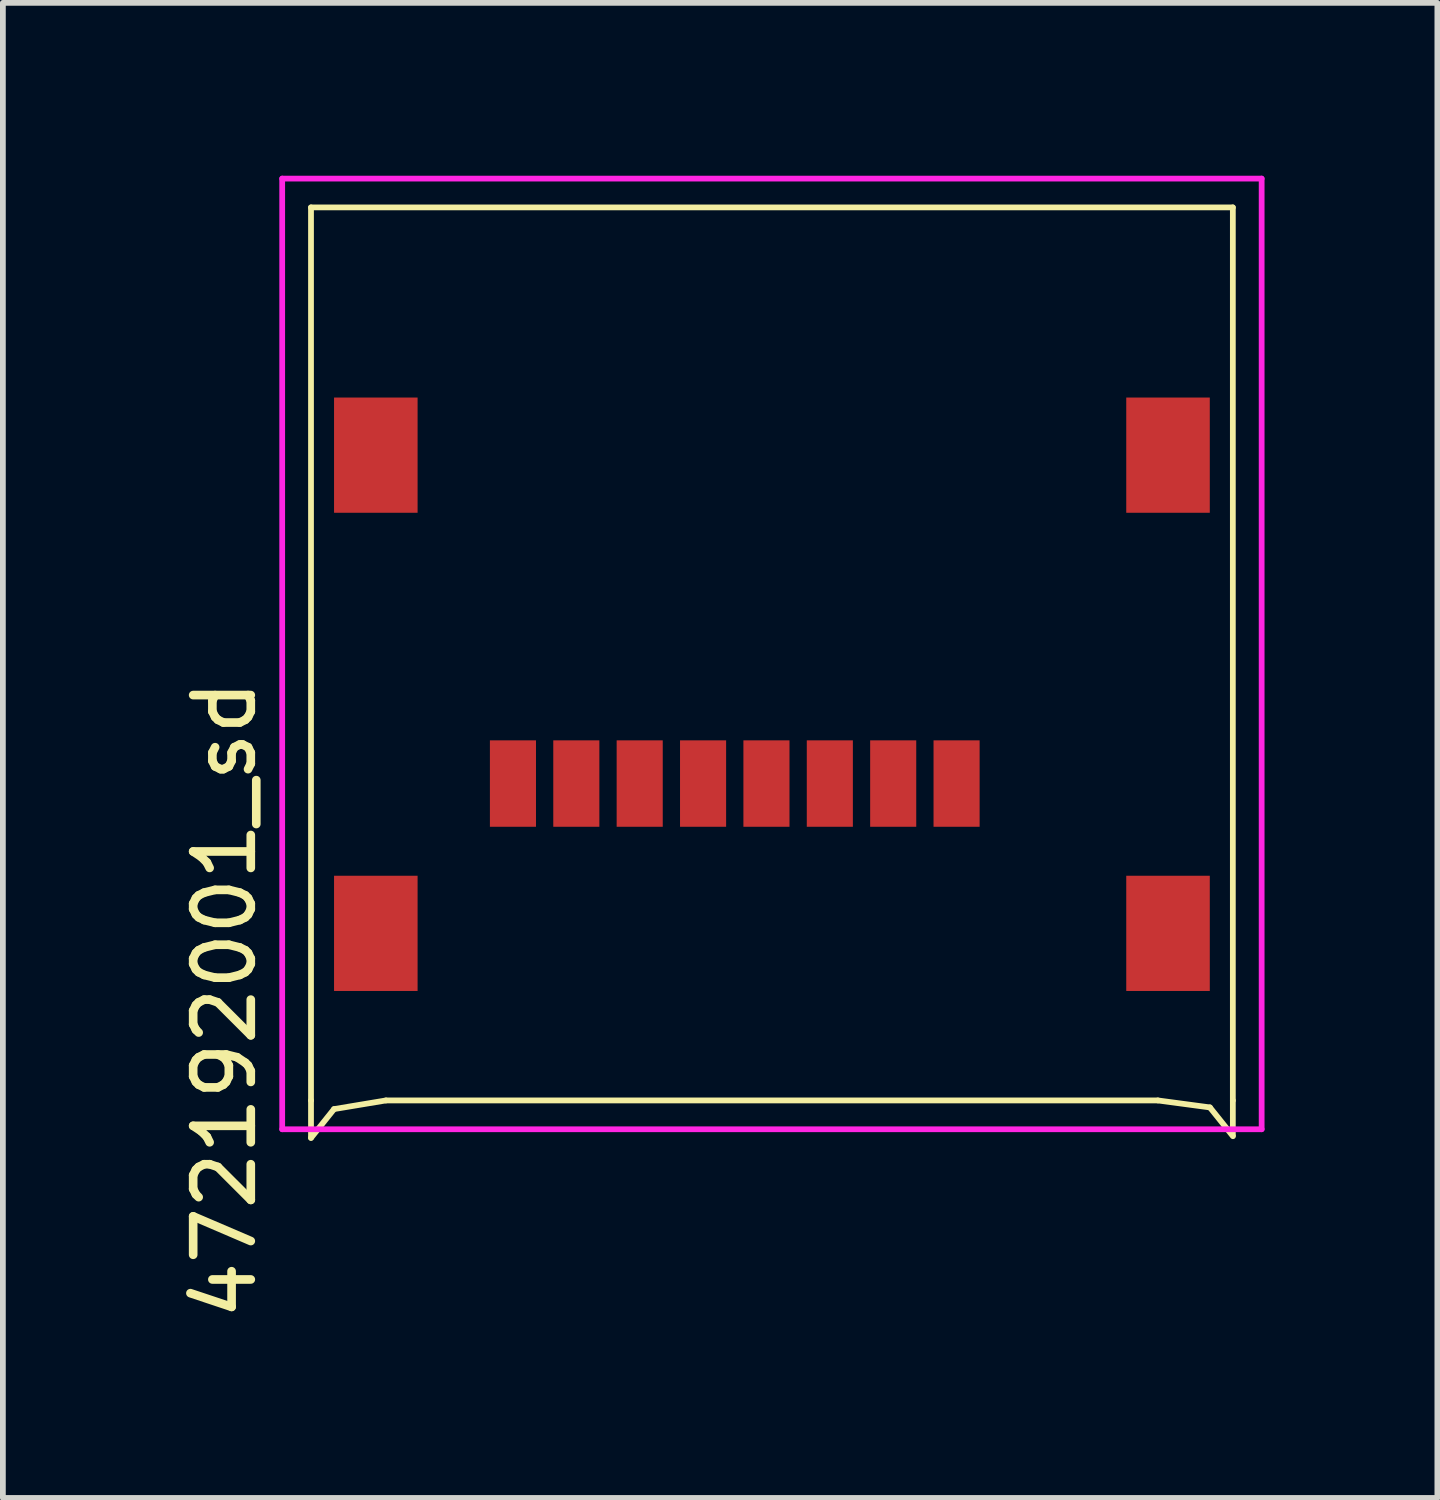
<source format=kicad_pcb>
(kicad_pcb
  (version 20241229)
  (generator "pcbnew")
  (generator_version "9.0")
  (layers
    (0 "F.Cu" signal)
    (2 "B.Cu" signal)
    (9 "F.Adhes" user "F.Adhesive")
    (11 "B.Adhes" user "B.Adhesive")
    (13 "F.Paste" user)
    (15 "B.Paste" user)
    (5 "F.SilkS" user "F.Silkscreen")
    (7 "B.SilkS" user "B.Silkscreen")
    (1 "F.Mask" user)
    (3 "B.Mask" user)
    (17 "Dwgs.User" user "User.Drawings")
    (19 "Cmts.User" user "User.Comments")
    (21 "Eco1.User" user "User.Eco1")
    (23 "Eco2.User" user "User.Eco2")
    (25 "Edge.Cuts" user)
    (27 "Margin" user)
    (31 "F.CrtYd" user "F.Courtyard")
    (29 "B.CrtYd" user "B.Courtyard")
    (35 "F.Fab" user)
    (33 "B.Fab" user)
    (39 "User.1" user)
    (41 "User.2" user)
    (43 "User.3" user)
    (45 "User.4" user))
  (footprint "472192001_sd"
    (layer "F.Cu")
    (at 10.348 10.55)
    (property "Reference" "472192001_sd" (at -9.5 3.75 90) (layer "F.SilkS") (effects (font (size 1 1) (thickness 0.15))))
    (attr through_hole)
    (fp_line (start -8 -10) (end 8 -10) (stroke (width 0.1) (type solid)) (layer "F.SilkS"))
    (fp_line (start -8 5.5) (end -8 -10) (stroke (width 0.1) (type solid)) (layer "F.SilkS"))
    (fp_line (start -8 5.5) (end -8 6.15) (stroke (width 0.1) (type solid)) (layer "F.SilkS"))
    (fp_line (start -8 6.15) (end -7.6 5.65) (stroke (width 0.1) (type solid)) (layer "F.SilkS"))
    (fp_line (start -7.6 5.65) (end -6.7 5.5) (stroke (width 0.1) (type solid)) (layer "F.SilkS"))
    (fp_line (start 6.7 5.5) (end -6.7 5.5) (stroke (width 0.1) (type solid)) (layer "F.SilkS"))
    (fp_line (start 7.602 5.621) (end 6.7 5.5) (stroke (width 0.1) (type solid)) (layer "F.SilkS"))
    (fp_line (start 8 -10) (end 8 5.5) (stroke (width 0.1) (type solid)) (layer "F.SilkS"))
    (fp_line (start 8 5.5) (end 8 6.1) (stroke (width 0.1) (type solid)) (layer "F.SilkS"))
    (fp_line (start 8.002 6.121) (end 7.602 5.621) (stroke (width 0.1) (type solid)) (layer "F.SilkS"))
    (fp_line (start -8.5 -10.5) (end 8.5 -10.5) (stroke (width 0.1) (type solid)) (layer "F.CrtYd"))
    (fp_line (start -8.5 6) (end -8.5 -10.5) (stroke (width 0.1) (type solid)) (layer "F.CrtYd"))
    (fp_line (start 8.5 -10.5) (end 8.5 6) (stroke (width 0.1) (type solid)) (layer "F.CrtYd"))
    (fp_line (start 8.5 6) (end -8.5 6) (stroke (width 0.1) (type solid)) (layer "F.CrtYd"))
    (pad "1" smd rect (at 3.205 0 180) (size 0.8 1.5) (layers "F.Cu" "F.Mask" "F.Paste"))
    (pad "2" smd rect (at 2.105 0 180) (size 0.8 1.5) (layers "F.Cu" "F.Mask" "F.Paste"))
    (pad "3" smd rect (at 1.005 0 180) (size 0.8 1.5) (layers "F.Cu" "F.Mask" "F.Paste"))
    (pad "4" smd rect (at -0.095 0 180) (size 0.8 1.5) (layers "F.Cu" "F.Mask" "F.Paste"))
    (pad "5" smd rect (at -1.195 0 180) (size 0.8 1.5) (layers "F.Cu" "F.Mask" "F.Paste"))
    (pad "6" smd rect (at -2.295 0 180) (size 0.8 1.5) (layers "F.Cu" "F.Mask" "F.Paste"))
    (pad "7" smd rect (at -3.395 0 180) (size 0.8 1.5) (layers "F.Cu" "F.Mask" "F.Paste"))
    (pad "8" smd rect (at -4.495 0 180) (size 0.8 1.5) (layers "F.Cu" "F.Mask" "F.Paste"))
    (pad "9" smd rect (at -6.875 -5.7 180) (size 1.45 2) (layers "F.Cu" "F.Mask" "F.Paste"))
    (pad "9" smd rect (at -6.875 2.6) (size 1.45 2) (layers "F.Cu" "F.Mask" "F.Paste"))
    (pad "9" smd rect (at 6.875 -5.7 180) (size 1.45 2) (layers "F.Cu" "F.Mask" "F.Paste"))
    (pad "9" smd rect (at 6.875 2.6) (size 1.45 2) (layers "F.Cu" "F.Mask" "F.Paste")))
  (gr_rect
    (start -3 -3)
    (end 21.898 22.949)
    (stroke (width 0.1) (type default))
    (fill no)
    (layer "Edge.Cuts")))
</source>
